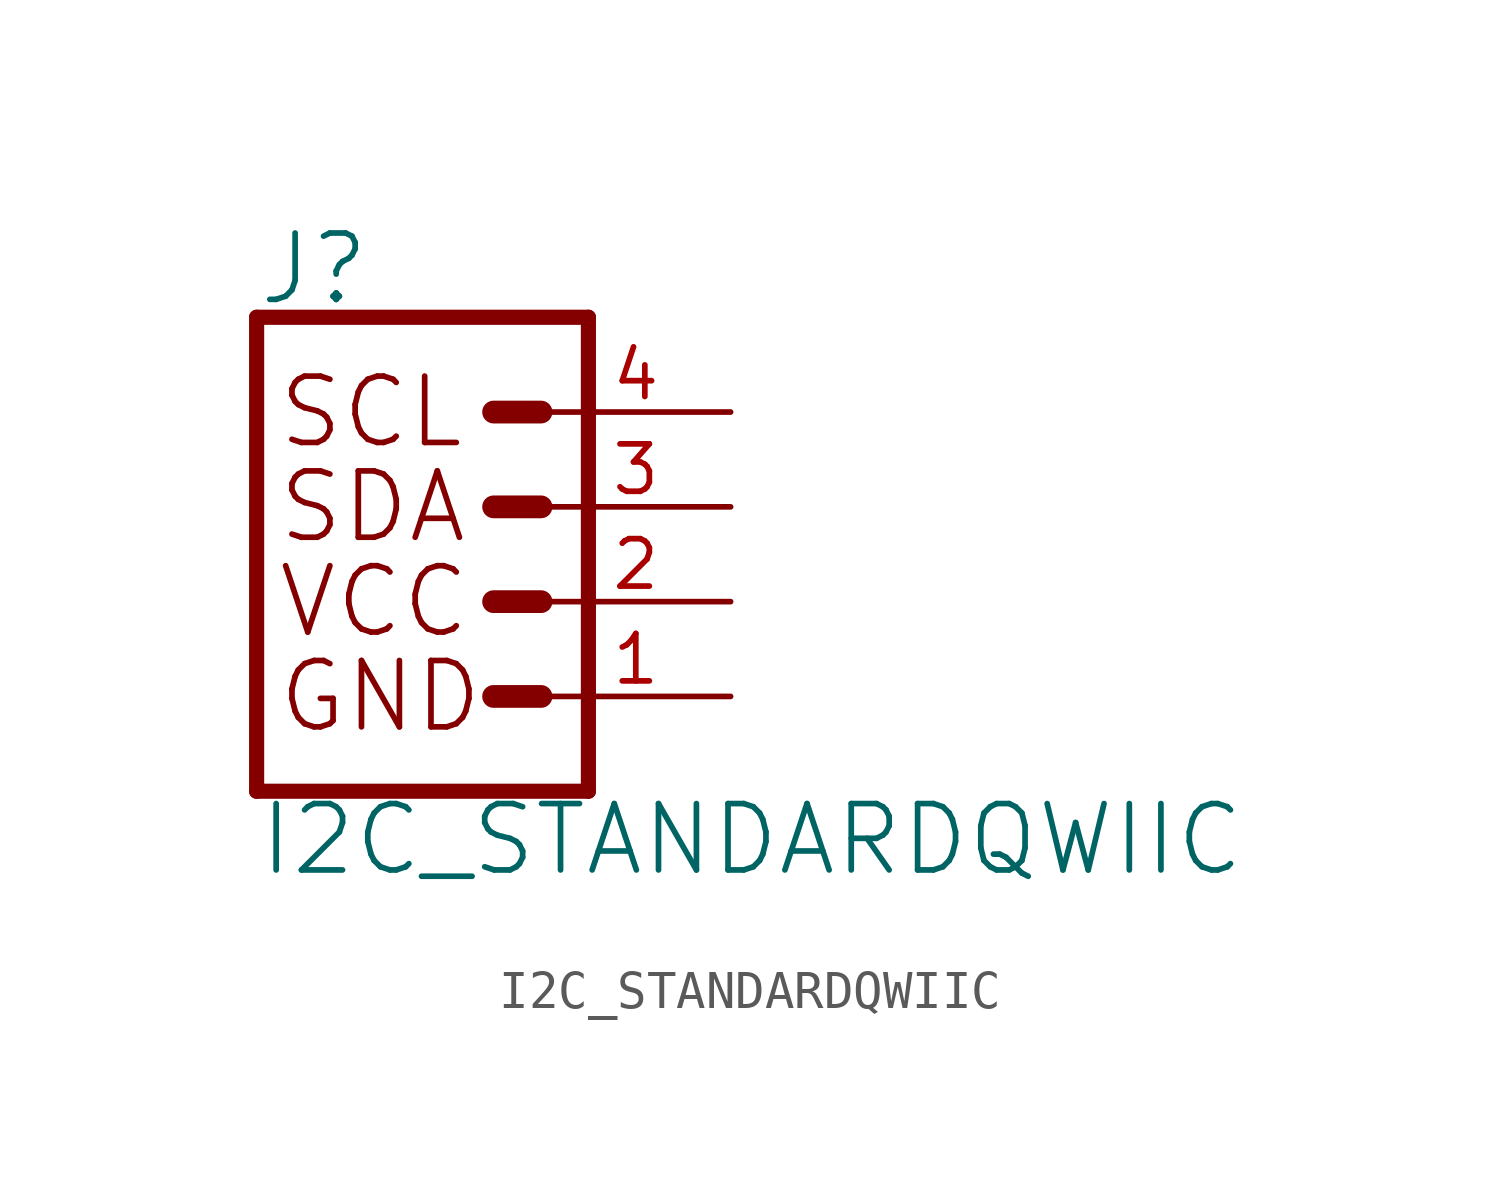
<source format=kicad_sym>
(kicad_symbol_lib
  (version 20211014)
  (generator kicad_symbol_editor)
  (symbol "I2C_STANDARDQWIIC"
    (property "Reference" "J"
      (at -5.08 7.874 0)
      (effects (font (size 1.778 1.778)) (justify left bottom)))
    (property "Value" "I2C_STANDARDQWIIC"
      (at -5.08 -5.334 0)
      (effects (font (size 1.778 1.778)) (justify left top)))
    (property "ki_locked" ""
      (at 0 0 0)
      (effects (font (size 1.27 1.27))))
    (symbol "I2C_STANDARDQWIIC_1_0"
      (polyline (pts (xy -5.08 7.62) (xy -5.08 -5.08)) (stroke (width 0.406) (type default) (color 0 0 0 0)) (fill (type none)))
      (polyline (pts (xy -5.08 7.62) (xy 3.81 7.62)) (stroke (width 0.406) (type default) (color 0 0 0 0)) (fill (type none)))
      (polyline (pts (xy 1.27 -2.54) (xy 2.54 -2.54)) (stroke (width 0.61) (type default) (color 0 0 0 0)) (fill (type none)))
      (polyline (pts (xy 1.27 0) (xy 2.54 0)) (stroke (width 0.61) (type default) (color 0 0 0 0)) (fill (type none)))
      (polyline (pts (xy 1.27 2.54) (xy 2.54 2.54)) (stroke (width 0.61) (type default) (color 0 0 0 0)) (fill (type none)))
      (polyline (pts (xy 1.27 5.08) (xy 2.54 5.08)) (stroke (width 0.61) (type default) (color 0 0 0 0)) (fill (type none)))
      (polyline (pts (xy 3.81 -5.08) (xy -5.08 -5.08)) (stroke (width 0.406) (type default) (color 0 0 0 0)) (fill (type none)))
      (polyline (pts (xy 3.81 -5.08) (xy 3.81 7.62)) (stroke (width 0.406) (type default) (color 0 0 0 0)) (fill (type none)))
      (text "GND" (at -4.572 -2.54 0) (effects (font (size 1.778 1.778)) (justify left)))
      (text "SCL" (at -4.572 5.08 0) (effects (font (size 1.778 1.778)) (justify left)))
      (text "SDA" (at -4.572 2.54 0) (effects (font (size 1.778 1.778)) (justify left)))
      (text "VCC" (at -4.572 0 0) (effects (font (size 1.778 1.778)) (justify left)))
      (pin power_in line (at 7.62 -2.54 180) (length 5.08) (name "1" (effects (font (size 0 0)))) (number "1" (effects (font (size 1.27 1.27)))))
      (pin power_in line (at 7.62 0 180) (length 5.08) (name "2" (effects (font (size 0 0)))) (number "2" (effects (font (size 1.27 1.27)))))
      (pin passive line (at 7.62 2.54 180) (length 5.08) (name "3" (effects (font (size 0 0)))) (number "3" (effects (font (size 1.27 1.27)))))
      (pin passive line (at 7.62 5.08 180) (length 5.08) (name "4" (effects (font (size 0 0)))) (number "4" (effects (font (size 1.27 1.27))))))))
</source>
